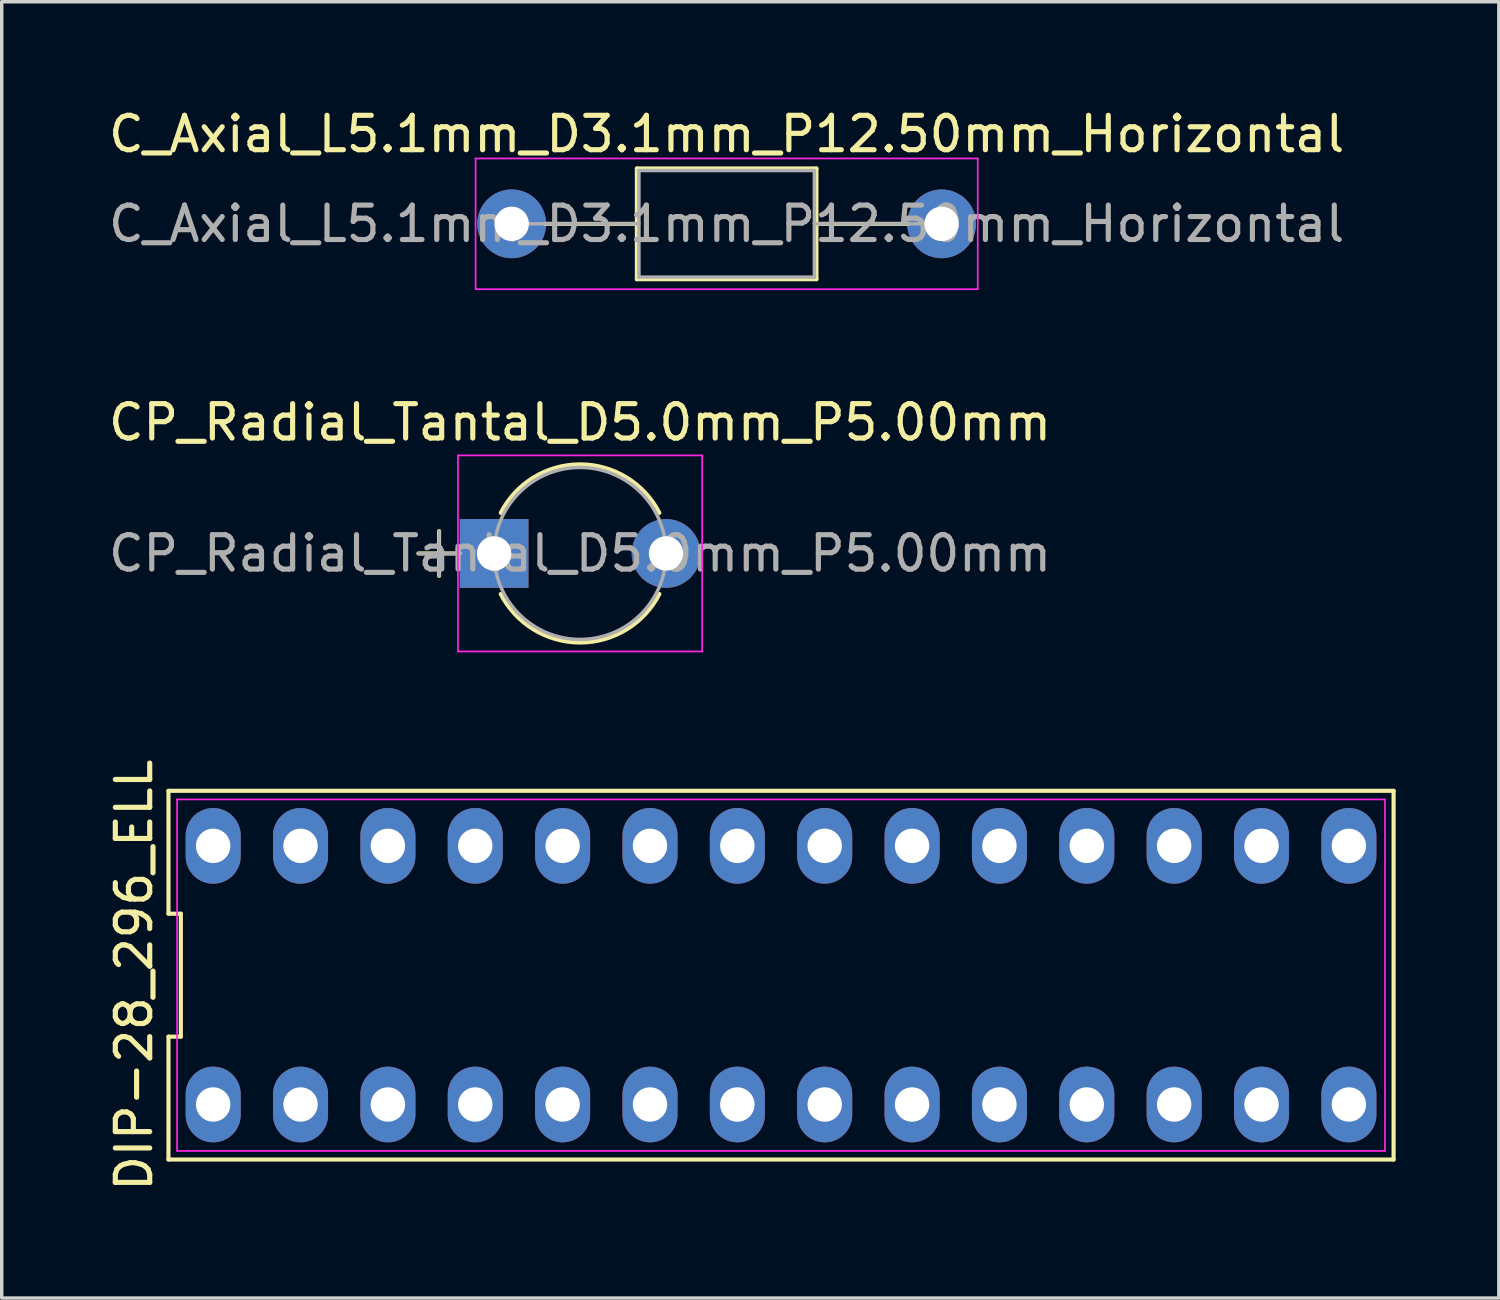
<source format=kicad_pcb>
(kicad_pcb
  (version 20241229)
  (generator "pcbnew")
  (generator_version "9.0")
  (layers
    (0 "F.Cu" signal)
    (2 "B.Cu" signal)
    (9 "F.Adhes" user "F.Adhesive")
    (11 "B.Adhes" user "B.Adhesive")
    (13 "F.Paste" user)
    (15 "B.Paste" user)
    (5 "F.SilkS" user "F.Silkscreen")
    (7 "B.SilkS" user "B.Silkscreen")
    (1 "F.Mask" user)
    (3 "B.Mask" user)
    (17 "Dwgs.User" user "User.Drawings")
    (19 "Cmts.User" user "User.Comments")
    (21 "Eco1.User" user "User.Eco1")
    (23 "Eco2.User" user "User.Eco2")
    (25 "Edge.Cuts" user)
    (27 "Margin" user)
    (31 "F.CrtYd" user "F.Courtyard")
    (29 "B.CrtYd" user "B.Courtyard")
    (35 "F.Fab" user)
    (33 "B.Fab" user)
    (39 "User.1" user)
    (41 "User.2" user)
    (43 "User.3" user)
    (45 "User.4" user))
  (footprint "C_Axial_L5.1mm_D3.1mm_P12.50mm_Horizontal"
    (layer "F.Cu")
    (at 11.827 3.458)
    (property "Reference" "C_Axial_L5.1mm_D3.1mm_P12.50mm_Horizontal" (at 6.25 -2.61 0) (layer "F.SilkS") (effects (font (size 1 1) (thickness 0.15))))
    (attr through_hole)
    (fp_line (start 0.98 0) (end 3.64 0) (stroke (width 0.12) (type solid)) (layer "F.SilkS"))
    (fp_line (start 3.64 -1.61) (end 3.64 1.61) (stroke (width 0.12) (type solid)) (layer "F.SilkS"))
    (fp_line (start 3.64 1.61) (end 8.86 1.61) (stroke (width 0.12) (type solid)) (layer "F.SilkS"))
    (fp_line (start 8.86 -1.61) (end 3.64 -1.61) (stroke (width 0.12) (type solid)) (layer "F.SilkS"))
    (fp_line (start 8.86 1.61) (end 8.86 -1.61) (stroke (width 0.12) (type solid)) (layer "F.SilkS"))
    (fp_line (start 11.52 0) (end 8.86 0) (stroke (width 0.12) (type solid)) (layer "F.SilkS"))
    (fp_line (start -1.05 -1.9) (end -1.05 1.9) (stroke (width 0.05) (type solid)) (layer "F.CrtYd"))
    (fp_line (start -1.05 1.9) (end 13.55 1.9) (stroke (width 0.05) (type solid)) (layer "F.CrtYd"))
    (fp_line (start 13.55 -1.9) (end -1.05 -1.9) (stroke (width 0.05) (type solid)) (layer "F.CrtYd"))
    (fp_line (start 13.55 1.9) (end 13.55 -1.9) (stroke (width 0.05) (type solid)) (layer "F.CrtYd"))
    (fp_line (start 0 0) (end 3.7 0) (stroke (width 0.1) (type solid)) (layer "F.Fab"))
    (fp_line (start 3.7 -1.55) (end 3.7 1.55) (stroke (width 0.1) (type solid)) (layer "F.Fab"))
    (fp_line (start 3.7 1.55) (end 8.8 1.55) (stroke (width 0.1) (type solid)) (layer "F.Fab"))
    (fp_line (start 8.8 -1.55) (end 3.7 -1.55) (stroke (width 0.1) (type solid)) (layer "F.Fab"))
    (fp_line (start 8.8 1.55) (end 8.8 -1.55) (stroke (width 0.1) (type solid)) (layer "F.Fab"))
    (fp_line (start 12.5 0) (end 8.8 0) (stroke (width 0.1) (type solid)) (layer "F.Fab"))
    (fp_text user "${REFERENCE}" (at 6.25 0 0) (layer "F.Fab") (effects (font (size 1 1) (thickness 0.15))))
    (pad "1" thru_hole circle (at 0 0) (size 2 2) (drill 1) (layers "*.Cu" "*.Mask"))
    (pad "2" thru_hole oval (at 12.5 0) (size 2 2) (drill 1) (layers "*.Cu" "*.Mask")))
  (footprint "CP_Radial_Tantal_D5.0mm_P5.00mm"
    (layer "F.Cu")
    (at 11.315 13.041)
    (property "Reference" "CP_Radial_Tantal_D5.0mm_P5.00mm" (at 2.5 -3.81 0) (layer "F.SilkS") (effects (font (size 1 1) (thickness 0.15))))
    (attr through_hole)
    (fp_line (start -2.2 0) (end -1 0) (stroke (width 0.12) (type solid)) (layer "F.SilkS"))
    (fp_line (start -1.6 -0.65) (end -1.6 0.65) (stroke (width 0.12) (type solid)) (layer "F.SilkS"))
    (fp_arc (start 0.19442 -1.18) (mid 2.500156 -2.59) (end 4.805722 -1.179722) (stroke (width 0.12) (type solid)) (layer "F.SilkS"))
    (fp_arc (start 4.805722 1.179722) (mid 2.500156 2.59) (end 0.19442 1.18) (stroke (width 0.12) (type solid)) (layer "F.SilkS"))
    (fp_line (start -1.05 -2.85) (end -1.05 2.85) (stroke (width 0.05) (type solid)) (layer "F.CrtYd"))
    (fp_line (start -1.05 2.85) (end 6.05 2.85) (stroke (width 0.05) (type solid)) (layer "F.CrtYd"))
    (fp_line (start 6.05 -2.85) (end -1.05 -2.85) (stroke (width 0.05) (type solid)) (layer "F.CrtYd"))
    (fp_line (start 6.05 2.85) (end 6.05 -2.85) (stroke (width 0.05) (type solid)) (layer "F.CrtYd"))
    (fp_line (start -2.2 0) (end -1 0) (stroke (width 0.1) (type solid)) (layer "F.Fab"))
    (fp_line (start -1.6 -0.65) (end -1.6 0.65) (stroke (width 0.1) (type solid)) (layer "F.Fab"))
    (fp_circle (center 2.5 0) (end 5 0) (stroke (width 0.1) (type solid)) (fill no) (layer "F.Fab"))
    (fp_text user "${REFERENCE}" (at 2.5 0 0) (layer "F.Fab") (effects (font (size 1 1) (thickness 0.15))))
    (pad "1" thru_hole rect (at 0 0) (size 2 2) (drill 1) (layers "*.Cu" "*.Mask"))
    (pad "2" thru_hole circle (at 5 0) (size 2 2) (drill 1) (layers "*.Cu" "*.Mask")))
  (footprint "DIP-28_296_ELL"
    (layer "F.Cu")
    (at 19.658 25.303)
    (property "Reference" "DIP-28_296_ELL" (at -18.81 0 90) (layer "F.SilkS") (effects (font (size 1 1) (thickness 0.15))))
    (attr through_hole)
    (fp_line (start -17.81 -5.36) (end -17.81 -1.787) (stroke (width 0.12) (type solid)) (layer "F.SilkS"))
    (fp_line (start -17.81 -1.787) (end -17.45 -1.787) (stroke (width 0.12) (type solid)) (layer "F.SilkS"))
    (fp_line (start -17.81 1.787) (end -17.81 5.36) (stroke (width 0.12) (type solid)) (layer "F.SilkS"))
    (fp_line (start -17.81 5.36) (end 17.81 5.36) (stroke (width 0.12) (type solid)) (layer "F.SilkS"))
    (fp_line (start -17.45 -1.787) (end -17.45 1.787) (stroke (width 0.12) (type solid)) (layer "F.SilkS"))
    (fp_line (start -17.45 1.787) (end -17.81 1.787) (stroke (width 0.12) (type solid)) (layer "F.SilkS"))
    (fp_line (start 17.81 -5.36) (end -17.81 -5.36) (stroke (width 0.12) (type solid)) (layer "F.SilkS"))
    (fp_line (start 17.81 5.36) (end 17.81 -5.36) (stroke (width 0.12) (type solid)) (layer "F.SilkS"))
    (fp_line (start -17.56 -5.11) (end 17.56 -5.11) (stroke (width 0.05) (type solid)) (layer "F.CrtYd"))
    (fp_line (start -17.56 5.11) (end -17.56 -5.11) (stroke (width 0.05) (type solid)) (layer "F.CrtYd"))
    (fp_line (start 17.56 -5.11) (end 17.56 5.11) (stroke (width 0.05) (type solid)) (layer "F.CrtYd"))
    (fp_line (start 17.56 5.11) (end -17.56 5.11) (stroke (width 0.05) (type solid)) (layer "F.CrtYd"))
    (pad "1" thru_hole oval (at -16.51 3.76) (size 1.6 2.2) (drill 1) (layers "*.Cu" "*.Mask"))
    (pad "2" thru_hole oval (at -13.97 3.76) (size 1.6 2.2) (drill 1) (layers "*.Cu" "*.Mask"))
    (pad "3" thru_hole oval (at -11.43 3.76) (size 1.6 2.2) (drill 1) (layers "*.Cu" "*.Mask"))
    (pad "4" thru_hole oval (at -8.89 3.76) (size 1.6 2.2) (drill 1) (layers "*.Cu" "*.Mask"))
    (pad "5" thru_hole oval (at -6.35 3.76) (size 1.6 2.2) (drill 1) (layers "*.Cu" "*.Mask"))
    (pad "6" thru_hole oval (at -3.81 3.76) (size 1.6 2.2) (drill 1) (layers "*.Cu" "*.Mask"))
    (pad "7" thru_hole oval (at -1.27 3.76) (size 1.6 2.2) (drill 1) (layers "*.Cu" "*.Mask"))
    (pad "8" thru_hole oval (at 1.27 3.76) (size 1.6 2.2) (drill 1) (layers "*.Cu" "*.Mask"))
    (pad "9" thru_hole oval (at 3.81 3.76) (size 1.6 2.2) (drill 1) (layers "*.Cu" "*.Mask"))
    (pad "10" thru_hole oval (at 6.35 3.76) (size 1.6 2.2) (drill 1) (layers "*.Cu" "*.Mask"))
    (pad "11" thru_hole oval (at 8.89 3.76) (size 1.6 2.2) (drill 1) (layers "*.Cu" "*.Mask"))
    (pad "12" thru_hole oval (at 11.43 3.76) (size 1.6 2.2) (drill 1) (layers "*.Cu" "*.Mask"))
    (pad "13" thru_hole oval (at 13.97 3.76) (size 1.6 2.2) (drill 1) (layers "*.Cu" "*.Mask"))
    (pad "14" thru_hole oval (at 16.51 3.76) (size 1.6 2.2) (drill 1) (layers "*.Cu" "*.Mask"))
    (pad "15" thru_hole oval (at 16.51 -3.76) (size 1.6 2.2) (drill 1) (layers "*.Cu" "*.Mask"))
    (pad "16" thru_hole oval (at 13.97 -3.76) (size 1.6 2.2) (drill 1) (layers "*.Cu" "*.Mask"))
    (pad "17" thru_hole oval (at 11.43 -3.76) (size 1.6 2.2) (drill 1) (layers "*.Cu" "*.Mask"))
    (pad "18" thru_hole oval (at 8.89 -3.76) (size 1.6 2.2) (drill 1) (layers "*.Cu" "*.Mask"))
    (pad "19" thru_hole oval (at 6.35 -3.76) (size 1.6 2.2) (drill 1) (layers "*.Cu" "*.Mask"))
    (pad "20" thru_hole oval (at 3.81 -3.76) (size 1.6 2.2) (drill 1) (layers "*.Cu" "*.Mask"))
    (pad "21" thru_hole oval (at 1.27 -3.76) (size 1.6 2.2) (drill 1) (layers "*.Cu" "*.Mask"))
    (pad "22" thru_hole oval (at -1.27 -3.76) (size 1.6 2.2) (drill 1) (layers "*.Cu" "*.Mask"))
    (pad "23" thru_hole oval (at -3.81 -3.76) (size 1.6 2.2) (drill 1) (layers "*.Cu" "*.Mask"))
    (pad "24" thru_hole oval (at -6.35 -3.76) (size 1.6 2.2) (drill 1) (layers "*.Cu" "*.Mask"))
    (pad "25" thru_hole oval (at -8.89 -3.76) (size 1.6 2.2) (drill 1) (layers "*.Cu" "*.Mask"))
    (pad "26" thru_hole oval (at -11.43 -3.76) (size 1.6 2.2) (drill 1) (layers "*.Cu" "*.Mask"))
    (pad "27" thru_hole oval (at -13.97 -3.76) (size 1.6 2.2) (drill 1) (layers "*.Cu" "*.Mask"))
    (pad "28" thru_hole oval (at -16.51 -3.76) (size 1.6 2.2) (drill 1) (layers "*.Cu" "*.Mask")))
  (gr_rect
    (start -3 -3)
    (end 40.528 34.69)
    (stroke (width 0.1) (type default))
    (fill no)
    (layer "Edge.Cuts")))
</source>
